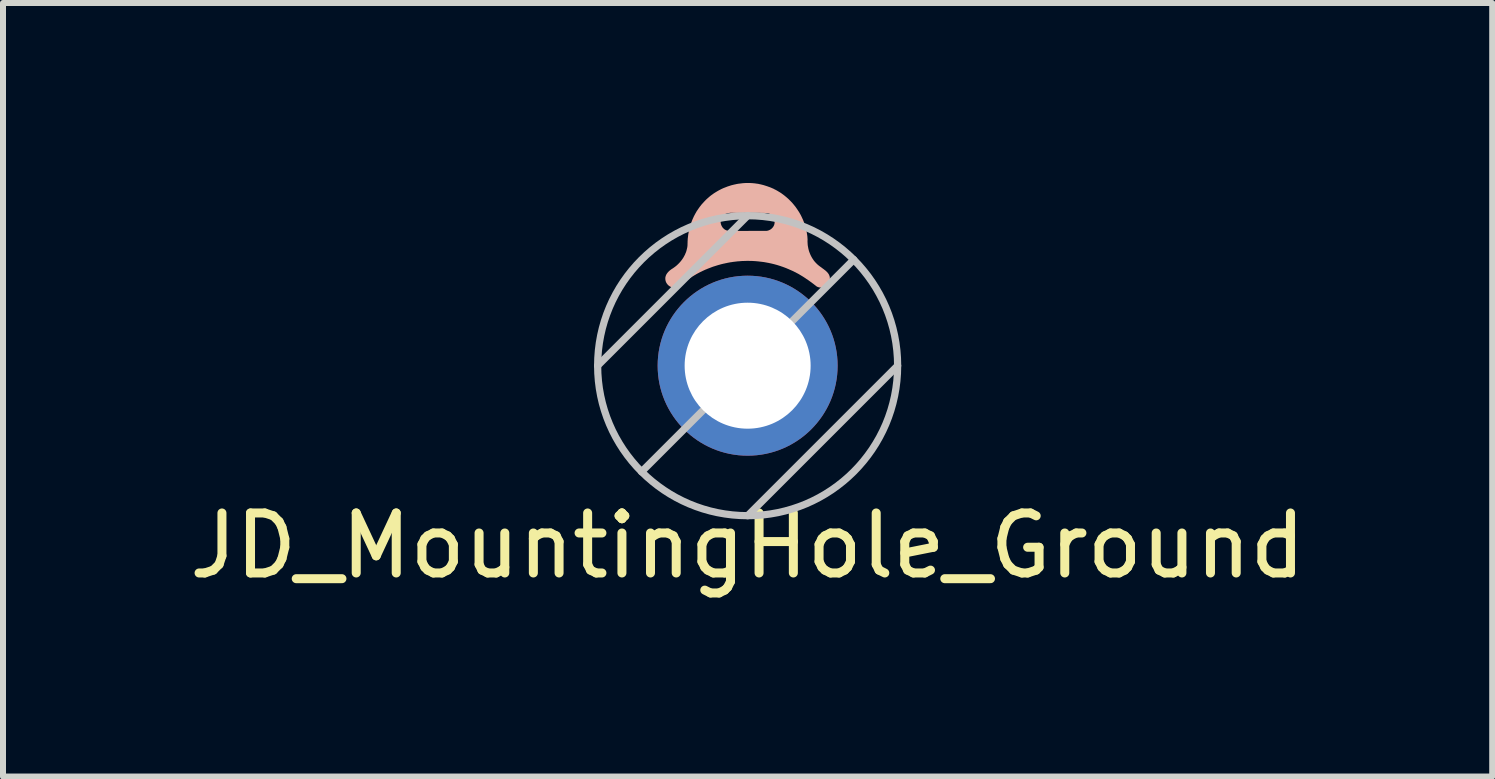
<source format=kicad_pcb>
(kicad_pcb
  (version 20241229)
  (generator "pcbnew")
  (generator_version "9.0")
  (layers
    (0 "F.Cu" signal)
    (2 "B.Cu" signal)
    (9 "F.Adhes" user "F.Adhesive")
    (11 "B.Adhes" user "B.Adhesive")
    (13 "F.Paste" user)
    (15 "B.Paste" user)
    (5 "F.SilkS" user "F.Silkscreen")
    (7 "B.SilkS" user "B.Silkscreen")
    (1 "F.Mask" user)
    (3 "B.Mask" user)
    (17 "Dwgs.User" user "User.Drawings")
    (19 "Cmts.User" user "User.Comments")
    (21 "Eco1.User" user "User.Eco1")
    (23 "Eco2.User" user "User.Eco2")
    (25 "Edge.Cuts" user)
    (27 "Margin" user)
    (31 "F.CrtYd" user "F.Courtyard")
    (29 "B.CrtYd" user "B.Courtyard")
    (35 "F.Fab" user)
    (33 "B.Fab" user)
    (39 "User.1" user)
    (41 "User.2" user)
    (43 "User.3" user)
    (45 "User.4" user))
  (footprint "JD_MountingHole_Ground"
    (layer "F.Cu")
    (at 9.411 3.045)
    (property "Reference" "JD_MountingHole_Ground" (at 0 3 0) (layer "F.SilkS") (effects (font (size 1 1) (thickness 0.15))))
    (attr through_hole)
    (fp_poly (pts (xy -1.221 -1.302) (xy 0.3 -2.247) (xy 0.283 -2.247) (xy 0.265 -2.247) (xy 0.248 -2.247) (xy 0.231 -2.247) (xy 0.213 -2.247) (xy 0.196 -2.247) (xy 0.179 -2.247) (xy 0.161 -2.247) (xy 0.144 -2.247) (xy 0.126 -2.247) (xy 0.109 -2.247) (xy 0.092 -2.247) (xy 0.074 -2.247) (xy 0.057 -2.247) (xy 0.039 -2.247) (xy 0.022 -2.247) (xy 0.005 -2.246) (xy -0.013 -2.246) (xy -0.03 -2.246) (xy -0.048 -2.246) (xy -0.065 -2.246) (xy -0.082 -2.246) (xy -0.1 -2.246) (xy -0.117 -2.246) (xy -0.134 -2.246) (xy -0.152 -2.246) (xy -0.169 -2.247) (xy -0.187 -2.247) (xy -0.204 -2.247) (xy -0.221 -2.247) (xy -0.239 -2.247) (xy -0.256 -2.247) (xy -0.273 -2.248) (xy -0.291 -2.248) (xy -0.308 -2.248) (xy -0.326 -2.249) (xy -0.34 -2.252) (xy -0.354 -2.256) (xy -0.368 -2.262) (xy -0.38 -2.269) (xy -0.392 -2.277) (xy -0.402 -2.287) (xy -0.412 -2.297) (xy -0.421 -2.308) (xy -0.428 -2.32) (xy -0.435 -2.333) (xy -0.441 -2.347) (xy -0.445 -2.36) (xy -0.448 -2.374) (xy -0.45 -2.388) (xy -0.45 -2.403) (xy -0.449 -2.417) (xy -0.447 -2.431) (xy -0.443 -2.445) (xy -0.438 -2.458) (xy -0.431 -2.471) (xy -0.422 -2.484) (xy -0.413 -2.497) (xy -0.402 -2.508) (xy -0.39 -2.517) (xy -0.378 -2.525) (xy -0.364 -2.532) (xy -0.35 -2.537) (xy -0.335 -2.541) (xy -0.32 -2.544) (xy -0.305 -2.546) (xy -0.29 -2.548) (xy -0.274 -2.548) (xy -0.259 -2.548) (xy -0.243 -2.548) (xy -0.228 -2.547) (xy -0.211 -2.547) (xy -0.194 -2.546) (xy -0.176 -2.546) (xy -0.159 -2.546) (xy -0.142 -2.546) (xy -0.124 -2.546) (xy -0.107 -2.546) (xy -0.09 -2.546) (xy -0.072 -2.546) (xy -0.055 -2.547) (xy -0.038 -2.547) (xy -0.02 -2.547) (xy -0.003 -2.547) (xy 0.014 -2.547) (xy 0.032 -2.547) (xy 0.049 -2.547) (xy 0.066 -2.547) (xy 0.084 -2.547) (xy 0.101 -2.547) (xy 0.118 -2.547) (xy 0.136 -2.547) (xy 0.153 -2.547) (xy 0.17 -2.547) (xy 0.188 -2.547) (xy 0.205 -2.547) (xy 0.222 -2.546) (xy 0.24 -2.546) (xy 0.257 -2.546) (xy 0.274 -2.546) (xy 0.291 -2.545) (xy 0.309 -2.545) (xy 0.326 -2.544) (xy 0.341 -2.542) (xy 0.355 -2.537) (xy 0.368 -2.531) (xy 0.38 -2.524) (xy 0.392 -2.516) (xy 0.403 -2.506) (xy 0.412 -2.496) (xy 0.421 -2.484) (xy 0.429 -2.472) (xy 0.435 -2.459) (xy 0.441 -2.446) (xy 0.445 -2.432) (xy 0.448 -2.418) (xy 0.449 -2.404) (xy 0.45 -2.39) (xy 0.449 -2.376) (xy 0.446 -2.362) (xy 0.443 -2.348) (xy 0.437 -2.334) (xy 0.43 -2.321) (xy 0.422 -2.309) (xy 0.412 -2.297) (xy 0.401 -2.286) (xy 0.389 -2.276) (xy 0.375 -2.267) (xy 0.361 -2.26) (xy 0.347 -2.254) (xy 0.332 -2.25) (xy 0.316 -2.247) (xy 0.3 -2.247) (xy -1.221 -1.302) (xy -1.205 -1.303) (xy -1.189 -1.306) (xy -1.175 -1.31) (xy -1.16 -1.316) (xy -1.147 -1.323) (xy -1.134 -1.331) (xy -1.121 -1.339) (xy -1.108 -1.349) (xy -1.096 -1.359) (xy -1.084 -1.369) (xy -1.072 -1.38) (xy -1.06 -1.39) (xy -1.047 -1.4) (xy -1.035 -1.41) (xy -1.023 -1.419) (xy -1.01 -1.428) (xy -0.996 -1.436) (xy -0.983 -1.445) (xy -0.969 -1.455) (xy -0.954 -1.464) (xy -0.94 -1.473) (xy -0.926 -1.483) (xy -0.912 -1.491) (xy -0.897 -1.5) (xy -0.883 -1.509) (xy -0.868 -1.517) (xy -0.854 -1.526) (xy -0.839 -1.534) (xy -0.824 -1.542) (xy -0.809 -1.55) (xy -0.794 -1.558) (xy -0.779 -1.565) (xy -0.764 -1.572) (xy -0.749 -1.58) (xy -0.733 -1.587) (xy -0.718 -1.594) (xy -0.703 -1.601) (xy -0.687 -1.607) (xy -0.671 -1.614) (xy -0.656 -1.62) (xy -0.64 -1.626) (xy -0.624 -1.632) (xy -0.609 -1.638) (xy -0.593 -1.644) (xy -0.577 -1.65) (xy -0.561 -1.655) (xy -0.545 -1.66) (xy -0.529 -1.665) (xy -0.513 -1.67) (xy -0.497 -1.675) (xy -0.48 -1.68) (xy -0.464 -1.684) (xy -0.448 -1.689) (xy -0.432 -1.693) (xy -0.415 -1.697) (xy -0.399 -1.701) (xy -0.382 -1.704) (xy -0.366 -1.708) (xy -0.349 -1.711) (xy -0.333 -1.715) (xy -0.316 -1.718) (xy -0.3 -1.721) (xy -0.283 -1.724) (xy -0.266 -1.726) (xy -0.25 -1.729) (xy -0.233 -1.731) (xy -0.216 -1.733) (xy -0.2 -1.735) (xy -0.183 -1.737) (xy -0.166 -1.739) (xy -0.149 -1.74) (xy -0.132 -1.741) (xy -0.116 -1.743) (xy -0.099 -1.744) (xy -0.082 -1.745) (xy -0.065 -1.745) (xy -0.048 -1.746) (xy -0.031 -1.746) (xy -0.015 -1.747) (xy 0.002 -1.747) (xy 0.019 -1.747) (xy 0.036 -1.746) (xy 0.053 -1.746) (xy 0.07 -1.746) (xy 0.087 -1.745) (xy 0.103 -1.744) (xy 0.12 -1.743) (xy 0.137 -1.742) (xy 0.154 -1.74) (xy 0.171 -1.739) (xy 0.187 -1.737) (xy 0.204 -1.735) (xy 0.221 -1.733) (xy 0.238 -1.731) (xy 0.254 -1.729) (xy 0.271 -1.727) (xy 0.288 -1.724) (xy 0.304 -1.721) (xy 0.321 -1.718) (xy 0.337 -1.715) (xy 0.354 -1.712) (xy 0.37 -1.708) (xy 0.387 -1.705) (xy 0.403 -1.701) (xy 0.42 -1.697) (xy 0.436 -1.693) (xy 0.452 -1.689) (xy 0.469 -1.684) (xy 0.485 -1.68) (xy 0.501 -1.675) (xy 0.517 -1.67) (xy 0.533 -1.665) (xy 0.549 -1.66) (xy 0.565 -1.654) (xy 0.581 -1.649) (xy 0.597 -1.643) (xy 0.613 -1.637) (xy 0.629 -1.631) (xy 0.645 -1.625) (xy 0.66 -1.618) (xy 0.676 -1.612) (xy 0.691 -1.605) (xy 0.707 -1.598) (xy 0.723 -1.591) (xy 0.739 -1.584) (xy 0.755 -1.577) (xy 0.771 -1.569) (xy 0.786 -1.561) (xy 0.802 -1.554) (xy 0.817 -1.545) (xy 0.833 -1.537) (xy 0.848 -1.529) (xy 0.863 -1.52) (xy 0.878 -1.511) (xy 0.893 -1.502) (xy 0.908 -1.493) (xy 0.923 -1.484) (xy 0.938 -1.474) (xy 0.952 -1.465) (xy 0.967 -1.455) (xy 0.981 -1.445) (xy 0.996 -1.436) (xy 1.01 -1.426) (xy 1.025 -1.415) (xy 1.039 -1.405) (xy 1.053 -1.395) (xy 1.067 -1.385) (xy 1.081 -1.374) (xy 1.095 -1.364) (xy 1.109 -1.353) (xy 1.123 -1.342) (xy 1.136 -1.332) (xy 1.15 -1.321) (xy 1.163 -1.314) (xy 1.177 -1.309) (xy 1.191 -1.305) (xy 1.205 -1.303) (xy 1.219 -1.302) (xy 1.234 -1.303) (xy 1.248 -1.305) (xy 1.262 -1.309) (xy 1.275 -1.314) (xy 1.288 -1.32) (xy 1.301 -1.327) (xy 1.312 -1.335) (xy 1.323 -1.344) (xy 1.333 -1.354) (xy 1.343 -1.365) (xy 1.351 -1.377) (xy 1.357 -1.389) (xy 1.363 -1.403) (xy 1.367 -1.416) (xy 1.369 -1.431) (xy 1.37 -1.446) (xy 1.37 -1.462) (xy 1.369 -1.478) (xy 1.365 -1.493) (xy 1.36 -1.507) (xy 1.354 -1.52) (xy 1.346 -1.533) (xy 1.337 -1.545) (xy 1.327 -1.557) (xy 1.316 -1.568) (xy 1.305 -1.578) (xy 1.293 -1.589) (xy 1.28 -1.598) (xy 1.268 -1.608) (xy 1.255 -1.617) (xy 1.242 -1.627) (xy 1.23 -1.636) (xy 1.218 -1.645) (xy 1.206 -1.653) (xy 1.193 -1.663) (xy 1.179 -1.674) (xy 1.167 -1.684) (xy 1.155 -1.696) (xy 1.143 -1.707) (xy 1.132 -1.719) (xy 1.121 -1.731) (xy 1.11 -1.744) (xy 1.1 -1.757) (xy 1.091 -1.771) (xy 1.082 -1.784) (xy 1.073 -1.798) (xy 1.065 -1.813) (xy 1.057 -1.827) (xy 1.05 -1.842) (xy 1.043 -1.857) (xy 1.037 -1.872) (xy 1.031 -1.887) (xy 1.025 -1.903) (xy 1.02 -1.919) (xy 1.016 -1.935) (xy 1.012 -1.951) (xy 1.009 -1.967) (xy 1.006 -1.983) (xy 1.003 -1.999) (xy 1.001 -2.016) (xy 1 -2.032) (xy 0.999 -2.049) (xy 0.998 -2.065) (xy 0.998 -2.082) (xy 0.999 -2.098) (xy 0.998 -2.115) (xy 0.997 -2.131) (xy 0.996 -2.148) (xy 0.994 -2.164) (xy 0.992 -2.181) (xy 0.989 -2.197) (xy 0.987 -2.213) (xy 0.984 -2.229) (xy 0.981 -2.246) (xy 0.977 -2.262) (xy 0.974 -2.278) (xy 0.97 -2.294) (xy 0.965 -2.309) (xy 0.961 -2.325) (xy 0.956 -2.341) (xy 0.951 -2.357) (xy 0.946 -2.372) (xy 0.94 -2.388) (xy 0.934 -2.403) (xy 0.928 -2.418) (xy 0.922 -2.433) (xy 0.915 -2.448) (xy 0.908 -2.463) (xy 0.901 -2.478) (xy 0.894 -2.493) (xy 0.887 -2.507) (xy 0.879 -2.522) (xy 0.871 -2.536) (xy 0.863 -2.55) (xy 0.854 -2.565) (xy 0.845 -2.578) (xy 0.836 -2.592) (xy 0.827 -2.606) (xy 0.818 -2.619) (xy 0.808 -2.633) (xy 0.799 -2.646) (xy 0.789 -2.659) (xy 0.778 -2.672) (xy 0.768 -2.685) (xy 0.757 -2.697) (xy 0.747 -2.71) (xy 0.736 -2.722) (xy 0.724 -2.734) (xy 0.713 -2.746) (xy 0.701 -2.757) (xy 0.69 -2.769) (xy 0.678 -2.78) (xy 0.666 -2.791) (xy 0.653 -2.802) (xy 0.641 -2.813) (xy 0.628 -2.823) (xy 0.615 -2.834) (xy 0.602 -2.844) (xy 0.589 -2.854) (xy 0.576 -2.863) (xy 0.563 -2.873) (xy 0.549 -2.882) (xy 0.535 -2.891) (xy 0.521 -2.899) (xy 0.507 -2.908) (xy 0.493 -2.916) (xy 0.479 -2.924) (xy 0.464 -2.932) (xy 0.449 -2.939) (xy 0.435 -2.947) (xy 0.42 -2.954) (xy 0.405 -2.96) (xy 0.39 -2.967) (xy 0.374 -2.973) (xy 0.359 -2.979) (xy 0.343 -2.984) (xy 0.328 -2.99) (xy 0.312 -2.995) (xy 0.296 -3) (xy 0.281 -3.005) (xy 0.265 -3.01) (xy 0.249 -3.014) (xy 0.233 -3.018) (xy 0.217 -3.022) (xy 0.201 -3.025) (xy 0.185 -3.029) (xy 0.168 -3.032) (xy 0.152 -3.034) (xy 0.136 -3.036) (xy 0.12 -3.039) (xy 0.103 -3.04) (xy 0.087 -3.042) (xy 0.07 -3.043) (xy 0.054 -3.044) (xy 0.038 -3.045) (xy 0.021 -3.045) (xy 0.005 -3.045) (xy -0.012 -3.045) (xy -0.028 -3.045) (xy -0.044 -3.044) (xy -0.061 -3.043) (xy -0.077 -3.042) (xy -0.094 -3.04) (xy -0.11 -3.038) (xy -0.126 -3.036) (xy -0.142 -3.034) (xy -0.159 -3.032) (xy -0.175 -3.029) (xy -0.191 -3.026) (xy -0.207 -3.022) (xy -0.223 -3.019) (xy -0.239 -3.015) (xy -0.255 -3.011) (xy -0.271 -3.007) (xy -0.287 -3.002) (xy -0.302 -2.997) (xy -0.318 -2.992) (xy -0.334 -2.987) (xy -0.349 -2.981) (xy -0.364 -2.975) (xy -0.38 -2.969) (xy -0.395 -2.963) (xy -0.41 -2.957) (xy -0.425 -2.95) (xy -0.44 -2.943) (xy -0.455 -2.935) (xy -0.469 -2.928) (xy -0.484 -2.92) (xy -0.498 -2.912) (xy -0.512 -2.904) (xy -0.526 -2.895) (xy -0.54 -2.887) (xy -0.554 -2.878) (xy -0.568 -2.869) (xy -0.581 -2.859) (xy -0.594 -2.85) (xy -0.608 -2.84) (xy -0.621 -2.83) (xy -0.633 -2.82) (xy -0.646 -2.809) (xy -0.658 -2.798) (xy -0.671 -2.787) (xy -0.683 -2.776) (xy -0.695 -2.765) (xy -0.706 -2.753) (xy -0.718 -2.741) (xy -0.729 -2.729) (xy -0.74 -2.717) (xy -0.751 -2.705) (xy -0.763 -2.692) (xy -0.774 -2.679) (xy -0.784 -2.665) (xy -0.795 -2.652) (xy -0.805 -2.638) (xy -0.815 -2.624) (xy -0.825 -2.61) (xy -0.834 -2.596) (xy -0.844 -2.582) (xy -0.853 -2.568) (xy -0.861 -2.553) (xy -0.87 -2.538) (xy -0.878 -2.523) (xy -0.886 -2.508) (xy -0.894 -2.493) (xy -0.901 -2.478) (xy -0.908 -2.462) (xy -0.915 -2.447) (xy -0.922 -2.431) (xy -0.928 -2.415) (xy -0.934 -2.399) (xy -0.94 -2.383) (xy -0.946 -2.367) (xy -0.951 -2.351) (xy -0.956 -2.335) (xy -0.961 -2.319) (xy -0.966 -2.302) (xy -0.97 -2.286) (xy -0.974 -2.269) (xy -0.978 -2.252) (xy -0.981 -2.236) (xy -0.984 -2.219) (xy -0.987 -2.202) (xy -0.99 -2.185) (xy -0.992 -2.168) (xy -0.994 -2.151) (xy -0.996 -2.134) (xy -0.998 -2.118) (xy -0.999 -2.1) (xy -1 -2.083) (xy -1.001 -2.066) (xy -1.001 -2.049) (xy -1.002 -2.032) (xy -1.002 -2.015) (xy -1.003 -1.998) (xy -1.005 -1.981) (xy -1.008 -1.964) (xy -1.012 -1.948) (xy -1.016 -1.931) (xy -1.02 -1.915) (xy -1.025 -1.899) (xy -1.031 -1.883) (xy -1.038 -1.868) (xy -1.044 -1.852) (xy -1.052 -1.837) (xy -1.06 -1.822) (xy -1.068 -1.807) (xy -1.077 -1.793) (xy -1.086 -1.779) (xy -1.096 -1.765) (xy -1.106 -1.752) (xy -1.117 -1.738) (xy -1.128 -1.726) (xy -1.139 -1.713) (xy -1.151 -1.701) (xy -1.163 -1.689) (xy -1.176 -1.677) (xy -1.188 -1.666) (xy -1.202 -1.655) (xy -1.215 -1.645) (xy -1.229 -1.635) (xy -1.243 -1.625) (xy -1.257 -1.616) (xy -1.27 -1.608) (xy -1.282 -1.599) (xy -1.295 -1.589) (xy -1.307 -1.579) (xy -1.318 -1.568) (xy -1.329 -1.556) (xy -1.339 -1.544) (xy -1.348 -1.531) (xy -1.356 -1.518) (xy -1.362 -1.504) (xy -1.367 -1.489) (xy -1.371 -1.474) (xy -1.372 -1.459) (xy -1.372 -1.443) (xy -1.37 -1.427) (xy -1.367 -1.412) (xy -1.362 -1.398) (xy -1.356 -1.384) (xy -1.348 -1.371) (xy -1.339 -1.359) (xy -1.329 -1.347) (xy -1.318 -1.337) (xy -1.306 -1.328) (xy -1.294 -1.32) (xy -1.28 -1.313) (xy -1.266 -1.308) (xy -1.251 -1.304) (xy -1.236 -1.302) (xy -1.221 -1.302)) (stroke (width 0) (type solid)) (fill yes) (layer "B.SilkS"))
    (fp_line (start 0 -2.5) (end -2.5 0) (stroke (width 0.12) (type solid)) (layer "Dwgs.User"))
    (fp_line (start 1.768 -1.768) (end -1.768 1.768) (stroke (width 0.12) (type solid)) (layer "Dwgs.User"))
    (fp_line (start 2.5 0) (end 0 2.5) (stroke (width 0.12) (type solid)) (layer "Dwgs.User"))
    (fp_circle (center 0 0) (end 2.5 0) (stroke (width 0.12) (type solid)) (fill no) (layer "Dwgs.User"))
    (pad "1" thru_hole circle (at 0 0) (size 3 3) (drill 2.1) (layers "*.Cu" "*.Mask")))
  (gr_rect
    (start -3 -3)
    (end 21.821 9.893)
    (stroke (width 0.1) (type default))
    (fill no)
    (layer "Edge.Cuts")))
</source>
